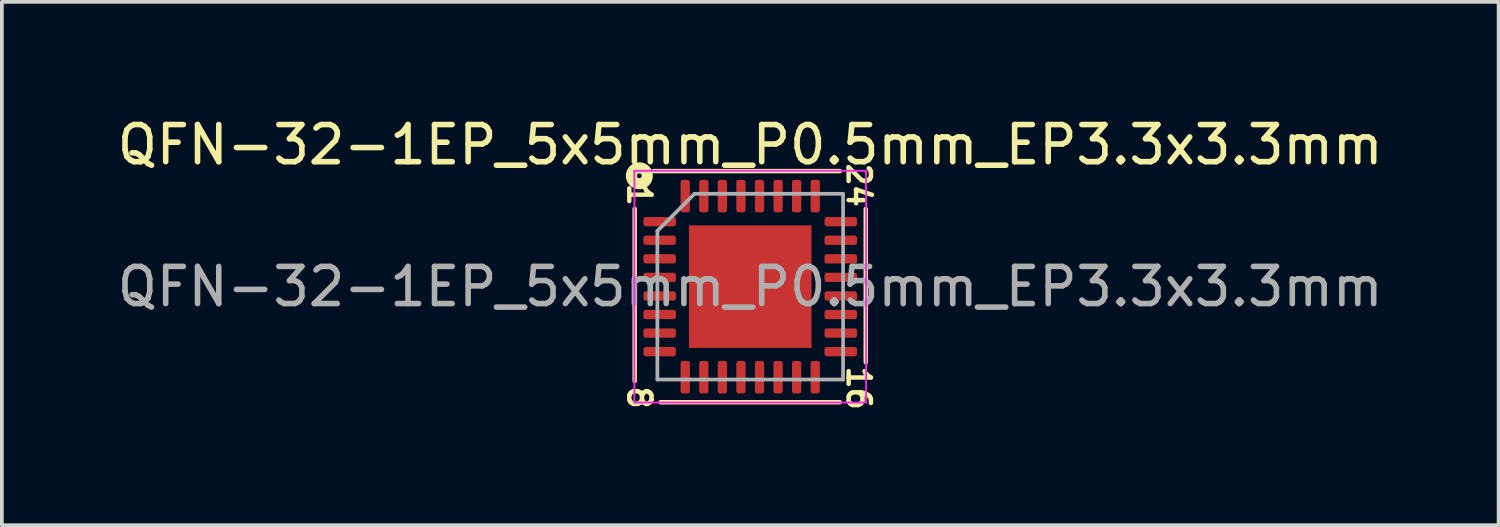
<source format=kicad_pcb>
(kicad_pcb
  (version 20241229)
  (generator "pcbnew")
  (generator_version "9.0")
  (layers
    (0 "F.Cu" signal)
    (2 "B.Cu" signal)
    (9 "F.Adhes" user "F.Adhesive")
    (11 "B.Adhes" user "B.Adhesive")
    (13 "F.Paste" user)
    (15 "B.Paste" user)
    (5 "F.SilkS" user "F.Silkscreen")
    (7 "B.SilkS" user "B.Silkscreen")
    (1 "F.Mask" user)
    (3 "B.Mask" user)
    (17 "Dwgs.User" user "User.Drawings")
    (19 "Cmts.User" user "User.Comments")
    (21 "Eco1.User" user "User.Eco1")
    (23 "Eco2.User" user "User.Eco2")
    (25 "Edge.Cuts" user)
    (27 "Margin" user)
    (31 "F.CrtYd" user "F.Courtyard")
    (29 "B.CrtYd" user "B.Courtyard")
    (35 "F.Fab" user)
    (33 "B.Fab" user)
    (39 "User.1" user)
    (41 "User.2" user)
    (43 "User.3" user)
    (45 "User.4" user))
  (footprint "QFN-32-1EP_5x5mm_P0.5mm_EP3.3x3.3mm"
    (layer "F.Cu")
    (at 17.149 4.668)
    (property "Reference" "QFN-32-1EP_5x5mm_P0.5mm_EP3.3x3.3mm" (at 0 -3.82 0) (layer "F.SilkS") (effects (font (size 1 1) (thickness 0.15))))
    (attr smd)
    (fp_line (start -3.111 -2.095) (end -3.111 2.54) (stroke (width 0.12) (type solid)) (layer "F.SilkS"))
    (fp_line (start -2.413 3.111) (end 2.413 3.111) (stroke (width 0.12) (type solid)) (layer "F.SilkS"))
    (fp_line (start 2.413 -3.111) (end -2.603 -3.111) (stroke (width 0.12) (type solid)) (layer "F.SilkS"))
    (fp_line (start 3.111 2.032) (end 3.111 -2.095) (stroke (width 0.12) (type solid)) (layer "F.SilkS"))
    (fp_circle (center -2.985 -2.985) (end -2.921 -2.985) (stroke (width 0.3) (type solid)) (fill no) (layer "F.SilkS"))
    (fp_line (start -3.12 -3.12) (end -3.12 3.12) (stroke (width 0.05) (type solid)) (layer "F.CrtYd"))
    (fp_line (start -3.12 3.12) (end 3.12 3.12) (stroke (width 0.05) (type solid)) (layer "F.CrtYd"))
    (fp_line (start 3.12 -3.12) (end -3.12 -3.12) (stroke (width 0.05) (type solid)) (layer "F.CrtYd"))
    (fp_line (start 3.12 3.12) (end 3.12 -3.12) (stroke (width 0.05) (type solid)) (layer "F.CrtYd"))
    (fp_line (start -2.5 -1.5) (end -1.5 -2.5) (stroke (width 0.1) (type solid)) (layer "F.Fab"))
    (fp_line (start -2.5 2.5) (end -2.5 -1.5) (stroke (width 0.1) (type solid)) (layer "F.Fab"))
    (fp_line (start -1.5 -2.5) (end 2.5 -2.5) (stroke (width 0.1) (type solid)) (layer "F.Fab"))
    (fp_line (start 2.5 -2.5) (end 2.5 2.5) (stroke (width 0.1) (type solid)) (layer "F.Fab"))
    (fp_line (start 2.5 2.5) (end -2.5 2.5) (stroke (width 0.1) (type solid)) (layer "F.Fab"))
    (fp_text user "16" (at 2.921 2.731 270) (unlocked yes) (layer "F.SilkS") (effects (font (size 0.6 0.6) (thickness 0.12))))
    (fp_text user "1" (at -2.985 -2.477 270) (unlocked yes) (layer "F.SilkS") (effects (font (size 0.6 0.6) (thickness 0.12))))
    (fp_text user "24" (at 2.921 -2.731 270) (unlocked yes) (layer "F.SilkS") (effects (font (size 0.6 0.6) (thickness 0.12))))
    (fp_text user "8" (at -2.985 2.985 270) (unlocked yes) (layer "F.SilkS") (effects (font (size 0.6 0.6) (thickness 0.12))))
    (fp_text user "${REFERENCE}" (at 0 0 0) (layer "F.Fab") (effects (font (size 1 1) (thickness 0.15))))
    (pad "" smd roundrect (at -1.1 -1.1) (size 0.89 0.89) (layers "F.Paste") (roundrect_rratio 0.25))
    (pad "" smd roundrect (at -1.1 0) (size 0.89 0.89) (layers "F.Paste") (roundrect_rratio 0.25))
    (pad "" smd roundrect (at -1.1 1.1) (size 0.89 0.89) (layers "F.Paste") (roundrect_rratio 0.25))
    (pad "" smd roundrect (at 0 -1.1) (size 0.89 0.89) (layers "F.Paste") (roundrect_rratio 0.25))
    (pad "" smd roundrect (at 0 0) (size 0.89 0.89) (layers "F.Paste") (roundrect_rratio 0.25))
    (pad "" smd roundrect (at 0 1.1) (size 0.89 0.89) (layers "F.Paste") (roundrect_rratio 0.25))
    (pad "" smd roundrect (at 1.1 -1.1) (size 0.89 0.89) (layers "F.Paste") (roundrect_rratio 0.25))
    (pad "" smd roundrect (at 1.1 0) (size 0.89 0.89) (layers "F.Paste") (roundrect_rratio 0.25))
    (pad "" smd roundrect (at 1.1 1.1) (size 0.89 0.89) (layers "F.Paste") (roundrect_rratio 0.25))
    (pad "1" smd roundrect (at -2.438 -1.75) (size 0.875 0.25) (layers "F.Cu" "F.Mask" "F.Paste") (roundrect_rratio 0.25))
    (pad "2" smd roundrect (at -2.438 -1.25) (size 0.875 0.25) (layers "F.Cu" "F.Mask" "F.Paste") (roundrect_rratio 0.25))
    (pad "3" smd roundrect (at -2.438 -0.75) (size 0.875 0.25) (layers "F.Cu" "F.Mask" "F.Paste") (roundrect_rratio 0.25))
    (pad "4" smd roundrect (at -2.438 -0.25) (size 0.875 0.25) (layers "F.Cu" "F.Mask" "F.Paste") (roundrect_rratio 0.25))
    (pad "5" smd roundrect (at -2.438 0.25) (size 0.875 0.25) (layers "F.Cu" "F.Mask" "F.Paste") (roundrect_rratio 0.25))
    (pad "6" smd roundrect (at -2.438 0.75) (size 0.875 0.25) (layers "F.Cu" "F.Mask" "F.Paste") (roundrect_rratio 0.25))
    (pad "7" smd roundrect (at -2.438 1.25) (size 0.875 0.25) (layers "F.Cu" "F.Mask" "F.Paste") (roundrect_rratio 0.25))
    (pad "8" smd roundrect (at -2.438 1.75) (size 0.875 0.25) (layers "F.Cu" "F.Mask" "F.Paste") (roundrect_rratio 0.25))
    (pad "9" smd roundrect (at -1.75 2.438) (size 0.25 0.875) (layers "F.Cu" "F.Mask" "F.Paste") (roundrect_rratio 0.25))
    (pad "10" smd roundrect (at -1.25 2.438) (size 0.25 0.875) (layers "F.Cu" "F.Mask" "F.Paste") (roundrect_rratio 0.25))
    (pad "11" smd roundrect (at -0.75 2.438) (size 0.25 0.875) (layers "F.Cu" "F.Mask" "F.Paste") (roundrect_rratio 0.25))
    (pad "12" smd roundrect (at -0.25 2.438) (size 0.25 0.875) (layers "F.Cu" "F.Mask" "F.Paste") (roundrect_rratio 0.25))
    (pad "13" smd roundrect (at 0.25 2.438) (size 0.25 0.875) (layers "F.Cu" "F.Mask" "F.Paste") (roundrect_rratio 0.25))
    (pad "14" smd roundrect (at 0.75 2.438) (size 0.25 0.875) (layers "F.Cu" "F.Mask" "F.Paste") (roundrect_rratio 0.25))
    (pad "15" smd roundrect (at 1.25 2.438) (size 0.25 0.875) (layers "F.Cu" "F.Mask" "F.Paste") (roundrect_rratio 0.25))
    (pad "16" smd roundrect (at 1.75 2.438) (size 0.25 0.875) (layers "F.Cu" "F.Mask" "F.Paste") (roundrect_rratio 0.25))
    (pad "17" smd roundrect (at 2.438 1.75) (size 0.875 0.25) (layers "F.Cu" "F.Mask" "F.Paste") (roundrect_rratio 0.25))
    (pad "18" smd roundrect (at 2.438 1.25) (size 0.875 0.25) (layers "F.Cu" "F.Mask" "F.Paste") (roundrect_rratio 0.25))
    (pad "19" smd roundrect (at 2.438 0.75) (size 0.875 0.25) (layers "F.Cu" "F.Mask" "F.Paste") (roundrect_rratio 0.25))
    (pad "20" smd roundrect (at 2.438 0.25) (size 0.875 0.25) (layers "F.Cu" "F.Mask" "F.Paste") (roundrect_rratio 0.25))
    (pad "21" smd roundrect (at 2.438 -0.25) (size 0.875 0.25) (layers "F.Cu" "F.Mask" "F.Paste") (roundrect_rratio 0.25))
    (pad "22" smd roundrect (at 2.438 -0.75) (size 0.875 0.25) (layers "F.Cu" "F.Mask" "F.Paste") (roundrect_rratio 0.25))
    (pad "23" smd roundrect (at 2.438 -1.25) (size 0.875 0.25) (layers "F.Cu" "F.Mask" "F.Paste") (roundrect_rratio 0.25))
    (pad "24" smd roundrect (at 2.438 -1.75) (size 0.875 0.25) (layers "F.Cu" "F.Mask" "F.Paste") (roundrect_rratio 0.25))
    (pad "25" smd roundrect (at 1.75 -2.438) (size 0.25 0.875) (layers "F.Cu" "F.Mask" "F.Paste") (roundrect_rratio 0.25))
    (pad "26" smd roundrect (at 1.25 -2.438) (size 0.25 0.875) (layers "F.Cu" "F.Mask" "F.Paste") (roundrect_rratio 0.25))
    (pad "27" smd roundrect (at 0.75 -2.438) (size 0.25 0.875) (layers "F.Cu" "F.Mask" "F.Paste") (roundrect_rratio 0.25))
    (pad "28" smd roundrect (at 0.25 -2.438) (size 0.25 0.875) (layers "F.Cu" "F.Mask" "F.Paste") (roundrect_rratio 0.25))
    (pad "29" smd roundrect (at -0.25 -2.438) (size 0.25 0.875) (layers "F.Cu" "F.Mask" "F.Paste") (roundrect_rratio 0.25))
    (pad "30" smd roundrect (at -0.75 -2.438) (size 0.25 0.875) (layers "F.Cu" "F.Mask" "F.Paste") (roundrect_rratio 0.25))
    (pad "31" smd roundrect (at -1.25 -2.438) (size 0.25 0.875) (layers "F.Cu" "F.Mask" "F.Paste") (roundrect_rratio 0.25))
    (pad "32" smd roundrect (at -1.75 -2.438) (size 0.25 0.875) (layers "F.Cu" "F.Mask" "F.Paste") (roundrect_rratio 0.25))
    (pad "33" smd rect (at 0 0) (size 3.3 3.3) (layers "F.Cu" "F.Mask")))
  (gr_rect
    (start -3 -3)
    (end 37.298 11.09)
    (stroke (width 0.1) (type default))
    (fill no)
    (layer "Edge.Cuts")))
</source>
